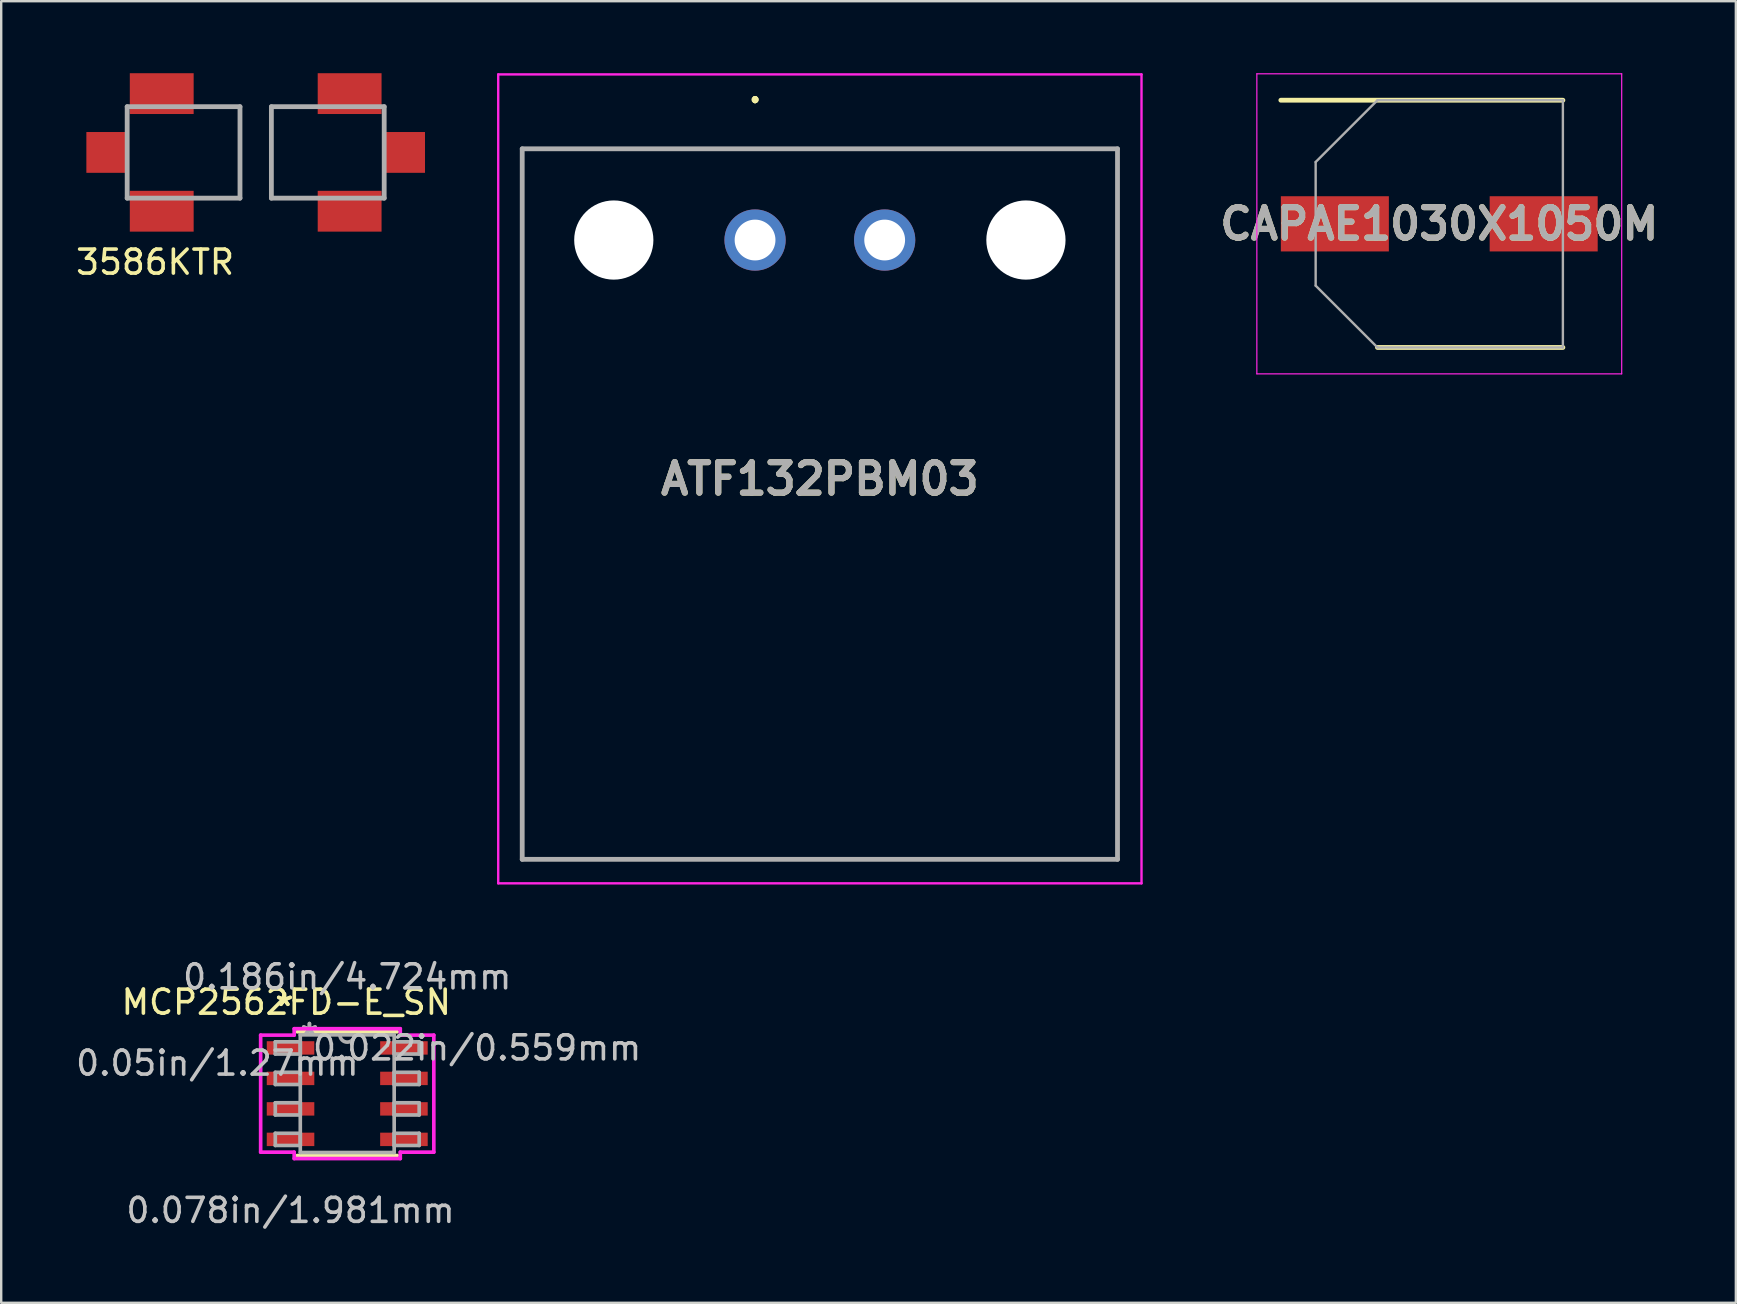
<source format=kicad_pcb>
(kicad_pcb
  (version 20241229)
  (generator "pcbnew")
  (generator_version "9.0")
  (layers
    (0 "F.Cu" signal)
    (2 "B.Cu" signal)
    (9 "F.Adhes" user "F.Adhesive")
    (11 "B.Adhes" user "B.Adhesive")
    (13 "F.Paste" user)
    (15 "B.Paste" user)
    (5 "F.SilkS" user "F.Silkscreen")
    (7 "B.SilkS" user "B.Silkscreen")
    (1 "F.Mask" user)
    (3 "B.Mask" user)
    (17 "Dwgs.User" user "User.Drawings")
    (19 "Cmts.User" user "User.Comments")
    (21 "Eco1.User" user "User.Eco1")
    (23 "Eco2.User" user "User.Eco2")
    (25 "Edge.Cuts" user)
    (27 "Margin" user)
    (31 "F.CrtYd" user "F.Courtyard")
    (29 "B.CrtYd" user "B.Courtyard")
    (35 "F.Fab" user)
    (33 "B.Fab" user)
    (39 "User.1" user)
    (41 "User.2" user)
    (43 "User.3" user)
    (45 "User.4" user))
  (footprint "CAPAE1030X1050M"
    (layer "F.Cu")
    (at 56.911 6.275)
    (property "Reference" "CAPAE1030X1050M" (at 0 0 0) (layer "F.SilkS") (effects (font (size 1.27 1.27) (thickness 0.254))))
    (attr smd)
    (fp_line (start -6.6 -5.15) (end 5.15 -5.15) (stroke (width 0.2) (type solid)) (layer "F.SilkS"))
    (fp_line (start -2.575 5.15) (end 5.15 5.15) (stroke (width 0.2) (type solid)) (layer "F.SilkS"))
    (fp_line (start -7.6 -6.25) (end 7.6 -6.25) (stroke (width 0.05) (type solid)) (layer "F.CrtYd"))
    (fp_line (start -7.6 6.25) (end -7.6 -6.25) (stroke (width 0.05) (type solid)) (layer "F.CrtYd"))
    (fp_line (start 7.6 -6.25) (end 7.6 6.25) (stroke (width 0.05) (type solid)) (layer "F.CrtYd"))
    (fp_line (start 7.6 6.25) (end -7.6 6.25) (stroke (width 0.05) (type solid)) (layer "F.CrtYd"))
    (fp_line (start -5.15 -2.575) (end -5.15 2.575) (stroke (width 0.1) (type solid)) (layer "F.Fab"))
    (fp_line (start -5.15 2.575) (end -2.575 5.15) (stroke (width 0.1) (type solid)) (layer "F.Fab"))
    (fp_line (start -2.575 -5.15) (end -5.15 -2.575) (stroke (width 0.1) (type solid)) (layer "F.Fab"))
    (fp_line (start -2.575 5.15) (end 5.15 5.15) (stroke (width 0.1) (type solid)) (layer "F.Fab"))
    (fp_line (start 5.15 -5.15) (end -2.575 -5.15) (stroke (width 0.1) (type solid)) (layer "F.Fab"))
    (fp_line (start 5.15 5.15) (end 5.15 -5.15) (stroke (width 0.1) (type solid)) (layer "F.Fab"))
    (fp_text user "${REFERENCE}" (at 0 0 0) (layer "F.Fab") (effects (font (size 1.27 1.27) (thickness 0.254))))
    (pad "1" smd rect (at -4.35 0 90) (size 2.3 4.5) (layers "F.Cu" "F.Mask" "F.Paste"))
    (pad "2" smd rect (at 4.35 0 90) (size 2.3 4.5) (layers "F.Cu" "F.Mask" "F.Paste")))
  (footprint "ATF132PBM03"
    (layer "F.Cu")
    (at 28.406 6.95)
    (property "Reference" "ATF132PBM03" (at 2.7 9.95 0) (layer "F.SilkS") (effects (font (size 1.27 1.27) (thickness 0.254))))
    (attr through_hole)
    (fp_line (start -9.7 -3.8) (end 15.1 -3.8) (stroke (width 0.1) (type solid)) (layer "F.SilkS"))
    (fp_line (start -9.7 25.8) (end -9.7 -3.8) (stroke (width 0.1) (type solid)) (layer "F.SilkS"))
    (fp_line (start 0 -5.9) (end 0 -5.9) (stroke (width 0.2) (type solid)) (layer "F.SilkS"))
    (fp_line (start 0 -5.8) (end 0 -5.8) (stroke (width 0.2) (type solid)) (layer "F.SilkS"))
    (fp_line (start 0 -5.8) (end 0 -5.8) (stroke (width 0.2) (type solid)) (layer "F.SilkS"))
    (fp_line (start 15.1 -3.8) (end 15.1 25.8) (stroke (width 0.1) (type solid)) (layer "F.SilkS"))
    (fp_line (start 15.1 25.8) (end -9.7 25.8) (stroke (width 0.1) (type solid)) (layer "F.SilkS"))
    (fp_arc (start 0 -5.9) (mid 0.05 -5.85) (end 0 -5.8) (stroke (width 0.2) (type solid)) (layer "F.SilkS"))
    (fp_arc (start 0 -5.9) (mid 0.05 -5.85) (end 0 -5.8) (stroke (width 0.2) (type solid)) (layer "F.SilkS"))
    (fp_arc (start 0 -5.8) (mid -0.05 -5.85) (end 0 -5.9) (stroke (width 0.2) (type solid)) (layer "F.SilkS"))
    (fp_line (start -10.7 -6.9) (end 16.1 -6.9) (stroke (width 0.1) (type solid)) (layer "F.CrtYd"))
    (fp_line (start -10.7 26.8) (end -10.7 -6.9) (stroke (width 0.1) (type solid)) (layer "F.CrtYd"))
    (fp_line (start 16.1 -6.9) (end 16.1 26.8) (stroke (width 0.1) (type solid)) (layer "F.CrtYd"))
    (fp_line (start 16.1 26.8) (end -10.7 26.8) (stroke (width 0.1) (type solid)) (layer "F.CrtYd"))
    (fp_line (start -9.7 -3.8) (end -9.7 25.8) (stroke (width 0.2) (type solid)) (layer "F.Fab"))
    (fp_line (start -9.7 25.8) (end 15.1 25.8) (stroke (width 0.2) (type solid)) (layer "F.Fab"))
    (fp_line (start 15.1 -3.8) (end -9.7 -3.8) (stroke (width 0.2) (type solid)) (layer "F.Fab"))
    (fp_line (start 15.1 25.8) (end 15.1 -3.8) (stroke (width 0.2) (type solid)) (layer "F.Fab"))
    (fp_text user "${REFERENCE}" (at 2.7 9.95 0) (layer "F.Fab") (effects (font (size 1.27 1.27) (thickness 0.254))))
    (pad "" np_thru_hole circle (at -5.885 0) (size 3.3 3.3) (drill 3.3) (layers "*.Cu" "*.Mask"))
    (pad "" np_thru_hole circle (at 11.285 0) (size 3.3 3.3) (drill 3.3) (layers "*.Cu" "*.Mask"))
    (pad "1" thru_hole circle (at 0 0) (size 2.55 2.55) (drill 1.7) (layers "*.Cu" "*.Mask"))
    (pad "2" thru_hole circle (at 5.4 0) (size 2.55 2.55) (drill 1.7) (layers "*.Cu" "*.Mask")))
  (footprint "3586KTR"
    (layer "F.Cu")
    (at 7.475 3.046)
    (property "Reference" "3586KTR" (at -4.064 4.826 0) (layer "F.SilkS") (effects (font (size 1 1) (thickness 0.15))))
    (attr smd)
    (fp_line (start -2.077 -1.651) (end -0.527 -1.651) (stroke (width 0.1) (type solid)) (layer "F.SilkS"))
    (fp_line (start -0.527 -1.651) (end -0.527 2.159) (stroke (width 0.1) (type solid)) (layer "F.SilkS"))
    (fp_line (start -0.527 2.159) (end -2.077 2.159) (stroke (width 0.1) (type solid)) (layer "F.SilkS"))
    (fp_line (start 0.781 -1.651) (end 2.331 -1.651) (stroke (width 0.1) (type solid)) (layer "F.SilkS"))
    (fp_line (start 0.781 2.159) (end 0.781 -1.651) (stroke (width 0.1) (type solid)) (layer "F.SilkS"))
    (fp_line (start 2.331 2.159) (end 0.781 2.159) (stroke (width 0.1) (type solid)) (layer "F.SilkS"))
    (fp_line (start -5.227 -1.651) (end -0.527 -1.651) (stroke (width 0.2) (type solid)) (layer "F.Fab"))
    (fp_line (start -5.227 2.159) (end -5.227 -1.651) (stroke (width 0.2) (type solid)) (layer "F.Fab"))
    (fp_line (start -0.527 -1.651) (end -0.527 2.159) (stroke (width 0.2) (type solid)) (layer "F.Fab"))
    (fp_line (start -0.527 2.159) (end -5.227 2.159) (stroke (width 0.2) (type solid)) (layer "F.Fab"))
    (fp_line (start 0.781 -1.651) (end 5.481 -1.651) (stroke (width 0.2) (type solid)) (layer "F.Fab"))
    (fp_line (start 0.781 2.159) (end 0.781 -1.651) (stroke (width 0.2) (type solid)) (layer "F.Fab"))
    (fp_line (start 5.481 -1.651) (end 5.481 2.159) (stroke (width 0.2) (type solid)) (layer "F.Fab"))
    (fp_line (start 5.481 2.159) (end 0.781 2.159) (stroke (width 0.2) (type solid)) (layer "F.Fab"))
    (pad "1" smd rect (at -6.077 0.254 90) (size 1.7 1.7) (layers "F.Cu" "F.Mask" "F.Paste"))
    (pad "1" smd rect (at -3.787 -2.196 90) (size 1.7 2.66) (layers "F.Cu" "F.Mask" "F.Paste"))
    (pad "1" smd rect (at -3.787 2.704 90) (size 1.7 2.66) (layers "F.Cu" "F.Mask" "F.Paste"))
    (pad "2" smd rect (at 4.041 -2.196 270) (size 1.7 2.66) (layers "F.Cu" "F.Mask" "F.Paste"))
    (pad "2" smd rect (at 4.041 2.704 270) (size 1.7 2.66) (layers "F.Cu" "F.Mask" "F.Paste"))
    (pad "2" smd rect (at 6.331 0.254 270) (size 1.7 1.7) (layers "F.Cu" "F.Mask" "F.Paste")))
  (footprint "MCP2562FD-E_SN"
    (layer "F.Cu")
    (at 11.416 42.512)
    (property "Reference" "MCP2562FD-E_SN" (at -2.54 -3.81 0) (layer "F.SilkS") (effects (font (size 1 1) (thickness 0.15))))
    (attr through_hole)
    (fp_line (start -2.083 2.578) (end 2.083 2.578) (stroke (width 0.152) (type solid)) (layer "F.SilkS"))
    (fp_line (start 2.083 -2.578) (end -2.083 -2.578) (stroke (width 0.152) (type solid)) (layer "F.SilkS"))
    (fp_line (start -3.607 -2.438) (end -2.21 -2.438) (stroke (width 0.152) (type solid)) (layer "F.CrtYd"))
    (fp_line (start -3.607 2.438) (end -3.607 -2.438) (stroke (width 0.152) (type solid)) (layer "F.CrtYd"))
    (fp_line (start -2.21 -2.705) (end 2.21 -2.705) (stroke (width 0.152) (type solid)) (layer "F.CrtYd"))
    (fp_line (start -2.21 -2.438) (end -2.21 -2.705) (stroke (width 0.152) (type solid)) (layer "F.CrtYd"))
    (fp_line (start -2.21 2.438) (end -3.607 2.438) (stroke (width 0.152) (type solid)) (layer "F.CrtYd"))
    (fp_line (start -2.21 2.705) (end -2.21 2.438) (stroke (width 0.152) (type solid)) (layer "F.CrtYd"))
    (fp_line (start 2.21 -2.705) (end 2.21 -2.438) (stroke (width 0.152) (type solid)) (layer "F.CrtYd"))
    (fp_line (start 2.21 -2.438) (end 3.607 -2.438) (stroke (width 0.152) (type solid)) (layer "F.CrtYd"))
    (fp_line (start 2.21 2.438) (end 2.21 2.705) (stroke (width 0.152) (type solid)) (layer "F.CrtYd"))
    (fp_line (start 2.21 2.705) (end -2.21 2.705) (stroke (width 0.152) (type solid)) (layer "F.CrtYd"))
    (fp_line (start 3.607 -2.438) (end 3.607 2.438) (stroke (width 0.152) (type solid)) (layer "F.CrtYd"))
    (fp_line (start 3.607 2.438) (end 2.21 2.438) (stroke (width 0.152) (type solid)) (layer "F.CrtYd"))
    (fp_line (start -2.997 -2.159) (end -2.997 -1.651) (stroke (width 0.152) (type solid)) (layer "F.Fab"))
    (fp_line (start -2.997 -1.651) (end -1.956 -1.651) (stroke (width 0.152) (type solid)) (layer "F.Fab"))
    (fp_line (start -2.997 -0.889) (end -2.997 -0.381) (stroke (width 0.152) (type solid)) (layer "F.Fab"))
    (fp_line (start -2.997 -0.381) (end -1.956 -0.381) (stroke (width 0.152) (type solid)) (layer "F.Fab"))
    (fp_line (start -2.997 0.381) (end -2.997 0.889) (stroke (width 0.152) (type solid)) (layer "F.Fab"))
    (fp_line (start -2.997 0.889) (end -1.956 0.889) (stroke (width 0.152) (type solid)) (layer "F.Fab"))
    (fp_line (start -2.997 1.651) (end -2.997 2.159) (stroke (width 0.152) (type solid)) (layer "F.Fab"))
    (fp_line (start -2.997 2.159) (end -1.956 2.159) (stroke (width 0.152) (type solid)) (layer "F.Fab"))
    (fp_line (start -1.956 -2.451) (end -1.956 2.451) (stroke (width 0.152) (type solid)) (layer "F.Fab"))
    (fp_line (start -1.956 -2.159) (end -2.997 -2.159) (stroke (width 0.152) (type solid)) (layer "F.Fab"))
    (fp_line (start -1.956 -1.651) (end -1.956 -2.159) (stroke (width 0.152) (type solid)) (layer "F.Fab"))
    (fp_line (start -1.956 -0.889) (end -2.997 -0.889) (stroke (width 0.152) (type solid)) (layer "F.Fab"))
    (fp_line (start -1.956 -0.381) (end -1.956 -0.889) (stroke (width 0.152) (type solid)) (layer "F.Fab"))
    (fp_line (start -1.956 0.381) (end -2.997 0.381) (stroke (width 0.152) (type solid)) (layer "F.Fab"))
    (fp_line (start -1.956 0.889) (end -1.956 0.381) (stroke (width 0.152) (type solid)) (layer "F.Fab"))
    (fp_line (start -1.956 1.651) (end -2.997 1.651) (stroke (width 0.152) (type solid)) (layer "F.Fab"))
    (fp_line (start -1.956 2.159) (end -1.956 1.651) (stroke (width 0.152) (type solid)) (layer "F.Fab"))
    (fp_line (start -1.956 2.451) (end 1.956 2.451) (stroke (width 0.152) (type solid)) (layer "F.Fab"))
    (fp_line (start 1.956 -2.451) (end -1.956 -2.451) (stroke (width 0.152) (type solid)) (layer "F.Fab"))
    (fp_line (start 1.956 -2.159) (end 1.956 -1.651) (stroke (width 0.152) (type solid)) (layer "F.Fab"))
    (fp_line (start 1.956 -1.651) (end 2.997 -1.651) (stroke (width 0.152) (type solid)) (layer "F.Fab"))
    (fp_line (start 1.956 -0.889) (end 1.956 -0.381) (stroke (width 0.152) (type solid)) (layer "F.Fab"))
    (fp_line (start 1.956 -0.381) (end 2.997 -0.381) (stroke (width 0.152) (type solid)) (layer "F.Fab"))
    (fp_line (start 1.956 0.381) (end 1.956 0.889) (stroke (width 0.152) (type solid)) (layer "F.Fab"))
    (fp_line (start 1.956 0.889) (end 2.997 0.889) (stroke (width 0.152) (type solid)) (layer "F.Fab"))
    (fp_line (start 1.956 1.651) (end 1.956 2.159) (stroke (width 0.152) (type solid)) (layer "F.Fab"))
    (fp_line (start 1.956 2.159) (end 2.997 2.159) (stroke (width 0.152) (type solid)) (layer "F.Fab"))
    (fp_line (start 1.956 2.451) (end 1.956 -2.451) (stroke (width 0.152) (type solid)) (layer "F.Fab"))
    (fp_line (start 2.997 -2.159) (end 1.956 -2.159) (stroke (width 0.152) (type solid)) (layer "F.Fab"))
    (fp_line (start 2.997 -1.651) (end 2.997 -2.159) (stroke (width 0.152) (type solid)) (layer "F.Fab"))
    (fp_line (start 2.997 -0.889) (end 1.956 -0.889) (stroke (width 0.152) (type solid)) (layer "F.Fab"))
    (fp_line (start 2.997 -0.381) (end 2.997 -0.889) (stroke (width 0.152) (type solid)) (layer "F.Fab"))
    (fp_line (start 2.997 0.381) (end 1.956 0.381) (stroke (width 0.152) (type solid)) (layer "F.Fab"))
    (fp_line (start 2.997 0.889) (end 2.997 0.381) (stroke (width 0.152) (type solid)) (layer "F.Fab"))
    (fp_line (start 2.997 1.651) (end 1.956 1.651) (stroke (width 0.152) (type solid)) (layer "F.Fab"))
    (fp_line (start 2.997 2.159) (end 2.997 1.651) (stroke (width 0.152) (type solid)) (layer "F.Fab"))
    (fp_arc (start 0.3048 -2.4511) (mid 0 -2.1463) (end -0.3048 -2.4511) (stroke (width 0.1524) (type solid)) (layer "F.Fab"))
    (fp_text user "*" (at -2.616 -3.607 0) (layer "F.SilkS") (effects (font (size 1 1) (thickness 0.15))))
    (fp_text user "*" (at -2.616 -3.607 0) (layer "F.SilkS") (effects (font (size 1 1) (thickness 0.15))))
    (fp_text user "0.05in/1.27mm" (at -5.41 -1.27 0) (layer "Dwgs.User") (effects (font (size 1 1) (thickness 0.15))))
    (fp_text user "0.186in/4.724mm" (at 0 -4.864 0) (layer "Dwgs.User") (effects (font (size 1 1) (thickness 0.15))))
    (fp_text user "0.022in/0.559mm" (at 5.41 -1.905 0) (layer "Dwgs.User") (effects (font (size 1 1) (thickness 0.15))))
    (fp_text user "0.078in/1.981mm" (at -2.362 4.864 0) (layer "Dwgs.User") (effects (font (size 1 1) (thickness 0.15))))
    (fp_text user "Copyright 2016 Accelerated Designs. All rights reserved." (at 0 0 0) (layer "Cmts.User") (effects (font (size 0.127 0.127) (thickness 0.002))))
    (fp_text user "*" (at -1.575 -2.375 0) (layer "F.Fab") (effects (font (size 1 1) (thickness 0.15))))
    (fp_text user "*" (at -1.575 -2.375 0) (layer "F.Fab") (effects (font (size 1 1) (thickness 0.15))))
    (pad "1" smd rect (at -2.362 -1.905) (size 1.981 0.559) (layers "F.Cu" "F.Mask" "F.Paste"))
    (pad "2" smd rect (at -2.362 -0.635) (size 1.981 0.559) (layers "F.Cu" "F.Mask" "F.Paste"))
    (pad "3" smd rect (at -2.362 0.635) (size 1.981 0.559) (layers "F.Cu" "F.Mask" "F.Paste"))
    (pad "4" smd rect (at -2.362 1.905) (size 1.981 0.559) (layers "F.Cu" "F.Mask" "F.Paste"))
    (pad "5" smd rect (at 2.362 1.905) (size 1.981 0.559) (layers "F.Cu" "F.Mask" "F.Paste"))
    (pad "6" smd rect (at 2.362 0.635) (size 1.981 0.559) (layers "F.Cu" "F.Mask" "F.Paste"))
    (pad "7" smd rect (at 2.362 -0.635) (size 1.981 0.559) (layers "F.Cu" "F.Mask" "F.Paste"))
    (pad "8" smd rect (at 2.362 -1.905) (size 1.981 0.559) (layers "F.Cu" "F.Mask" "F.Paste")))
  (gr_rect
    (start -3 -3)
    (end 69.267 51.225)
    (stroke (width 0.1) (type default))
    (fill no)
    (layer "Edge.Cuts")))
</source>
